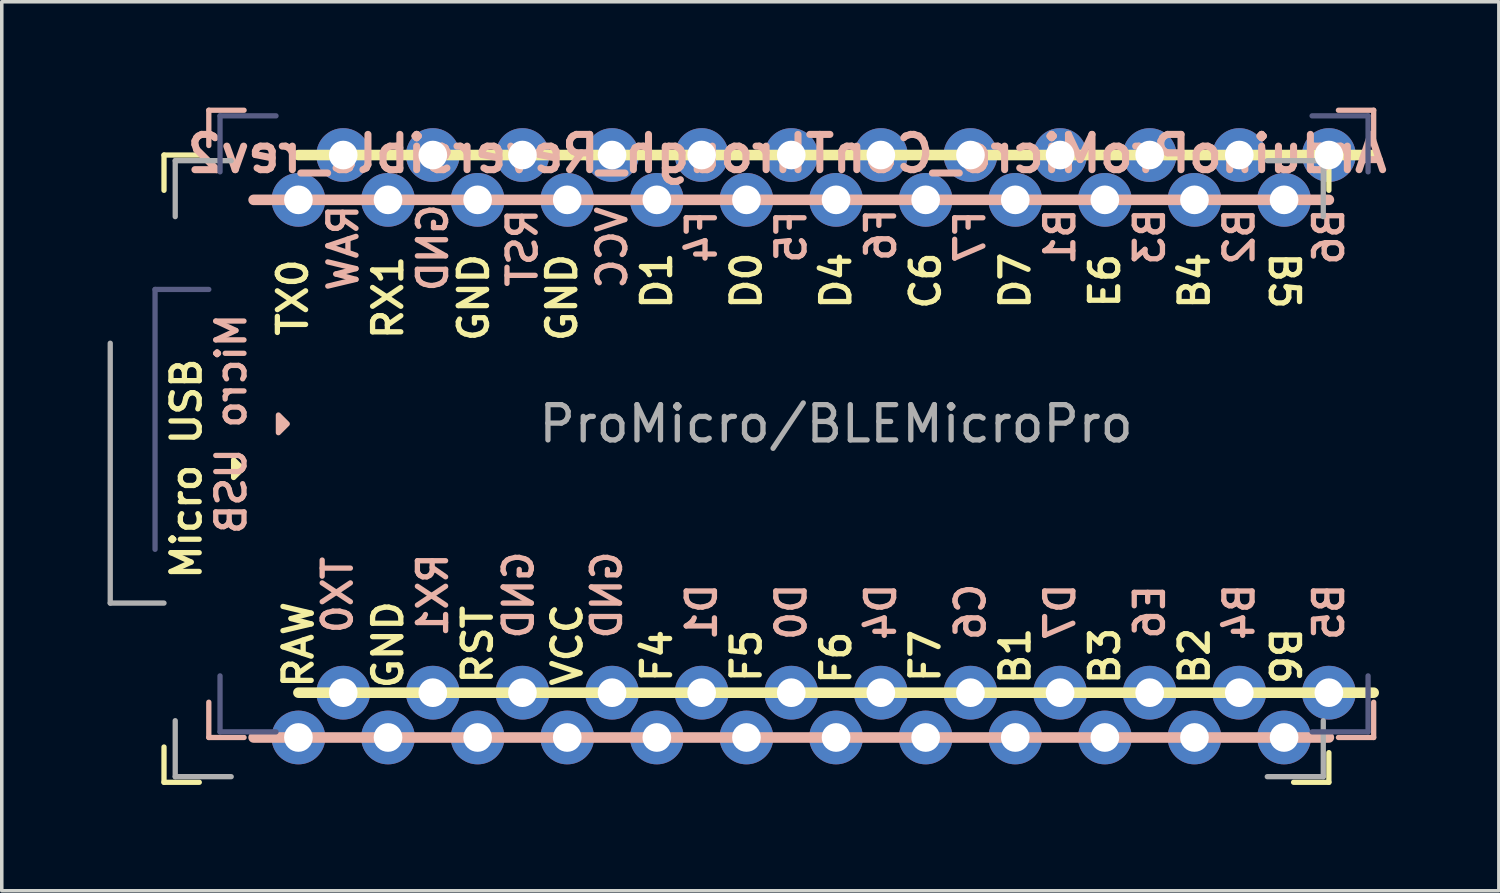
<source format=kicad_pcb>
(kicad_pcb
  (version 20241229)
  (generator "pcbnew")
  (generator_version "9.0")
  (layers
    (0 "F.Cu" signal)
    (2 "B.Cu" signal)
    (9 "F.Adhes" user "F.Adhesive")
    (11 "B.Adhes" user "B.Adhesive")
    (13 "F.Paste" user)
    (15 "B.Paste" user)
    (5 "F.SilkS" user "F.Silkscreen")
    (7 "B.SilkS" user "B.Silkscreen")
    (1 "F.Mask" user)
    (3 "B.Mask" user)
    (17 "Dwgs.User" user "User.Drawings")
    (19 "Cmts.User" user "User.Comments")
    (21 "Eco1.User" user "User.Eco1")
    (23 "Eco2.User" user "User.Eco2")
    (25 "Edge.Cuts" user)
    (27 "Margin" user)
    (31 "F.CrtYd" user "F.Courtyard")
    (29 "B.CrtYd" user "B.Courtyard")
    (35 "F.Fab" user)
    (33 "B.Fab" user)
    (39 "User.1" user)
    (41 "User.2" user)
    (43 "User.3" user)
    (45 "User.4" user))
  (footprint "ArduinoProMicro_ConThrough_Reversible_rev2"
    (layer "F.Cu")
    (at 19.379 10.235)
    (property "Reference" "ArduinoProMicro_ConThrough_Reversible_rev2" (at -0.118 -8.928 0) (layer "B.SilkS") (effects (font (size 1 1) (thickness 0.2)) (justify mirror)))
    (property "Value" "ProMicro/BLEMicroPro" (at 0 0 0) (layer "B.Fab") (hide yes) (effects (font (size 1 1) (thickness 0.15)) (justify mirror)))
    (fp_line (start -17.78 -8.89) (end -17.78 -7.89) (stroke (width 0.15) (type solid)) (layer "F.SilkS"))
    (fp_line (start -17.78 -8.89) (end -16.78 -8.89) (stroke (width 0.15) (type solid)) (layer "F.SilkS"))
    (fp_line (start -17.78 7.89) (end -17.78 8.89) (stroke (width 0.15) (type solid)) (layer "F.SilkS"))
    (fp_line (start -17.78 8.89) (end -16.78 8.89) (stroke (width 0.15) (type solid)) (layer "F.SilkS"))
    (fp_line (start -13.97 -8.89) (end 16.51 -8.89) (stroke (width 0.3) (type solid)) (layer "F.SilkS"))
    (fp_line (start -13.97 6.35) (end 16.51 6.35) (stroke (width 0.3) (type solid)) (layer "F.SilkS"))
    (fp_line (start 15.24 -8.89) (end 14.24 -8.89) (stroke (width 0.15) (type solid)) (layer "F.SilkS"))
    (fp_line (start 15.24 -8.89) (end 15.24 -7.89) (stroke (width 0.15) (type solid)) (layer "F.SilkS"))
    (fp_line (start 15.24 8.89) (end 14.24 8.89) (stroke (width 0.15) (type solid)) (layer "F.SilkS"))
    (fp_line (start 15.24 8.89) (end 15.24 8.049) (stroke (width 0.15) (type solid)) (layer "F.SilkS"))
    (fp_poly (pts (xy -15.807 -0.25) (xy -15.807 0.25) (xy -15.557 0)) (stroke (width 0.15) (type solid)) (fill yes) (layer "F.SilkS"))
    (fp_line (start -16.51 -10.16) (end -15.51 -10.16) (stroke (width 0.15) (type solid)) (layer "B.SilkS"))
    (fp_line (start -16.51 -9.16) (end -16.51 -10.16) (stroke (width 0.15) (type solid)) (layer "B.SilkS"))
    (fp_line (start -16.51 7.62) (end -16.51 6.62) (stroke (width 0.15) (type solid)) (layer "B.SilkS"))
    (fp_line (start -16.51 7.62) (end -15.51 7.62) (stroke (width 0.15) (type solid)) (layer "B.SilkS"))
    (fp_line (start 15.24 -7.62) (end -15.24 -7.62) (stroke (width 0.3) (type solid)) (layer "B.SilkS"))
    (fp_line (start 15.24 7.62) (end -15.24 7.62) (stroke (width 0.3) (type solid)) (layer "B.SilkS"))
    (fp_line (start 16.51 -10.16) (end 15.51 -10.16) (stroke (width 0.15) (type solid)) (layer "B.SilkS"))
    (fp_line (start 16.51 -10.16) (end 16.51 -9.319) (stroke (width 0.15) (type solid)) (layer "B.SilkS"))
    (fp_line (start 16.51 7.62) (end 15.51 7.62) (stroke (width 0.15) (type solid)) (layer "B.SilkS"))
    (fp_line (start 16.51 7.62) (end 16.51 6.62) (stroke (width 0.15) (type solid)) (layer "B.SilkS"))
    (fp_poly (pts (xy -14.537 -1.02) (xy -14.537 -1.52) (xy -14.287 -1.27)) (stroke (width 0.15) (type solid)) (fill yes) (layer "B.SilkS"))
    (fp_line (start -18.034 -5.08) (end -18.034 2.286) (stroke (width 0.15) (type solid)) (layer "B.Fab"))
    (fp_line (start -16.51 -5.08) (end -18.034 -5.08) (stroke (width 0.15) (type solid)) (layer "B.Fab"))
    (fp_line (start -16.192 -10.001) (end -14.605 -10.001) (stroke (width 0.15) (type solid)) (layer "B.Fab"))
    (fp_line (start -16.192 -8.414) (end -16.192 -10.001) (stroke (width 0.15) (type solid)) (layer "B.Fab"))
    (fp_line (start -16.192 7.461) (end -16.192 5.874) (stroke (width 0.15) (type solid)) (layer "B.Fab"))
    (fp_line (start -14.605 7.461) (end -16.192 7.461) (stroke (width 0.15) (type solid)) (layer "B.Fab"))
    (fp_line (start 16.351 -10.001) (end 14.764 -10.001) (stroke (width 0.15) (type solid)) (layer "B.Fab"))
    (fp_line (start 16.351 -8.414) (end 16.351 -10.001) (stroke (width 0.15) (type solid)) (layer "B.Fab"))
    (fp_line (start 16.351 5.874) (end 16.351 7.461) (stroke (width 0.15) (type solid)) (layer "B.Fab"))
    (fp_line (start 16.351 7.461) (end 14.764 7.461) (stroke (width 0.15) (type solid)) (layer "B.Fab"))
    (fp_line (start -19.304 3.81) (end -19.304 -3.556) (stroke (width 0.15) (type solid)) (layer "F.Fab"))
    (fp_line (start -17.78 3.81) (end -19.304 3.81) (stroke (width 0.15) (type solid)) (layer "F.Fab"))
    (fp_line (start -17.462 -8.731) (end -17.462 -7.144) (stroke (width 0.15) (type solid)) (layer "F.Fab"))
    (fp_line (start -17.462 7.144) (end -17.462 8.731) (stroke (width 0.15) (type solid)) (layer "F.Fab"))
    (fp_line (start -17.462 8.731) (end -15.875 8.731) (stroke (width 0.15) (type solid)) (layer "F.Fab"))
    (fp_line (start -15.875 -8.731) (end -17.462 -8.731) (stroke (width 0.15) (type solid)) (layer "F.Fab"))
    (fp_line (start 15.081 -8.731) (end 13.494 -8.731) (stroke (width 0.15) (type solid)) (layer "F.Fab"))
    (fp_line (start 15.081 -7.144) (end 15.081 -8.731) (stroke (width 0.15) (type solid)) (layer "F.Fab"))
    (fp_line (start 15.081 7.144) (end 15.081 8.731) (stroke (width 0.15) (type solid)) (layer "F.Fab"))
    (fp_line (start 15.081 8.731) (end 13.494 8.731) (stroke (width 0.15) (type solid)) (layer "F.Fab"))
    (fp_text user "B1" (at 6.35 5.309 90) (unlocked yes) (layer "F.SilkS") (effects (font (size 0.8 0.8) (thickness 0.15))))
    (fp_text user "Micro USB" (at -17.145 0 90) (unlocked yes) (layer "F.SilkS") (effects (font (size 0.8 0.8) (thickness 0.15))))
    (fp_text user "B2" (at 11.43 5.309 90) (unlocked yes) (layer "F.SilkS") (effects (font (size 0.8 0.8) (thickness 0.15))))
    (fp_text user "GND" (at -9 -4.851 90) (unlocked yes) (layer "F.SilkS") (effects (font (size 0.8 0.8) (thickness 0.15))))
    (fp_text user "F6" (at 1.27 5.36 90) (unlocked yes) (layer "F.SilkS") (effects (font (size 0.8 0.8) (thickness 0.15))))
    (fp_text user "RX1" (at -11.43 -4.851 90) (unlocked yes) (layer "F.SilkS") (effects (font (size 0.8 0.8) (thickness 0.15))))
    (fp_text user "B3" (at 8.89 5.309 90) (unlocked yes) (layer "F.SilkS") (effects (font (size 0.8 0.8) (thickness 0.15))))
    (fp_text user "TX0" (at -14.129 -4.851 90) (unlocked yes) (layer "F.SilkS") (effects (font (size 0.8 0.8) (thickness 0.15))))
    (fp_text user "RST" (at -8.89 4.991 90) (unlocked yes) (layer "F.SilkS") (effects (font (size 0.8 0.8) (thickness 0.15))))
    (fp_text user "B4" (at 11.43 -5.328 90) (unlocked yes) (layer "F.SilkS") (effects (font (size 0.8 0.8) (thickness 0.15))))
    (fp_text user "D1" (at -3.81 -5.328 90) (unlocked yes) (layer "F.SilkS") (effects (font (size 0.8 0.8) (thickness 0.15))))
    (fp_text user "B5" (at 13.97 -5.328 270) (unlocked yes) (layer "F.SilkS") (effects (font (size 0.8 0.8) (thickness 0.15))))
    (fp_text user "GND" (at -11.43 4.991 90) (unlocked yes) (layer "F.SilkS") (effects (font (size 0.8 0.8) (thickness 0.15))))
    (fp_text user "F5" (at -1.27 5.309 90) (unlocked yes) (layer "F.SilkS") (effects (font (size 0.8 0.8) (thickness 0.15))))
    (fp_text user "F7" (at 3.8 5.309 90) (unlocked yes) (layer "F.SilkS") (effects (font (size 0.8 0.8) (thickness 0.15))))
    (fp_text user "D4" (at 1.27 -5.328 90) (unlocked yes) (layer "F.SilkS") (effects (font (size 0.8 0.8) (thickness 0.15))))
    (fp_text user "GND" (at -6.5 -4.851 90) (unlocked yes) (layer "F.SilkS") (effects (font (size 0.8 0.8) (thickness 0.15))))
    (fp_text user "B6" (at 13.97 5.309 270) (unlocked yes) (layer "F.SilkS") (effects (font (size 0.8 0.8) (thickness 0.15))))
    (fp_text user "VCC" (at -6.35 4.991 90) (unlocked yes) (layer "F.SilkS") (effects (font (size 0.8 0.8) (thickness 0.15))))
    (fp_text user "RAW" (at -13.97 4.991 90) (unlocked yes) (layer "F.SilkS") (effects (font (size 0.8 0.8) (thickness 0.15))))
    (fp_text user "D7" (at 6.35 -5.328 90) (unlocked yes) (layer "F.SilkS") (effects (font (size 0.8 0.8) (thickness 0.15))))
    (fp_text user "D0" (at -1.27 -5.328 90) (unlocked yes) (layer "F.SilkS") (effects (font (size 0.8 0.8) (thickness 0.15))))
    (fp_text user "F4" (at -3.81 5.309 90) (unlocked yes) (layer "F.SilkS") (effects (font (size 0.8 0.8) (thickness 0.15))))
    (fp_text user "E6" (at 8.89 -5.328 90) (unlocked yes) (layer "F.SilkS") (effects (font (size 0.8 0.8) (thickness 0.15))))
    (fp_text user "C6" (at 3.81 -5.328 90) (unlocked yes) (layer "F.SilkS") (effects (font (size 0.8 0.8) (thickness 0.15))))
    (fp_text user "F5" (at 0 -6.579 90) (unlocked yes) (layer "B.SilkS") (effects (font (size 0.8 0.8) (thickness 0.15)) (justify mirror)))
    (fp_text user "B1" (at 7.62 -6.579 90) (unlocked yes) (layer "B.SilkS") (effects (font (size 0.8 0.8) (thickness 0.15)) (justify mirror)))
    (fp_text user "C6" (at 5.08 4.058 90) (unlocked yes) (layer "B.SilkS") (effects (font (size 0.8 0.8) (thickness 0.15)) (justify mirror)))
    (fp_text user "RX1" (at -10.16 3.581 90) (unlocked yes) (layer "B.SilkS") (effects (font (size 0.8 0.8) (thickness 0.15)) (justify mirror)))
    (fp_text user "B5" (at 15.24 4.058 90) (unlocked yes) (layer "B.SilkS") (effects (font (size 0.8 0.8) (thickness 0.15)) (justify mirror)))
    (fp_text user "VCC" (at -5.08 -6.261 90) (unlocked yes) (layer "B.SilkS") (effects (font (size 0.8 0.8) (thickness 0.15)) (justify mirror)))
    (fp_text user "GND" (at -5.23 3.581 90) (unlocked yes) (layer "B.SilkS") (effects (font (size 0.8 0.8) (thickness 0.15)) (justify mirror)))
    (fp_text user "E6" (at 10.16 4.058 90) (unlocked yes) (layer "B.SilkS") (effects (font (size 0.8 0.8) (thickness 0.15)) (justify mirror)))
    (fp_text user "RST" (at -7.62 -6.261 90) (unlocked yes) (layer "B.SilkS") (effects (font (size 0.8 0.8) (thickness 0.15)) (justify mirror)))
    (fp_text user "D7" (at 7.62 4.058 90) (unlocked yes) (layer "B.SilkS") (effects (font (size 0.8 0.8) (thickness 0.15)) (justify mirror)))
    (fp_text user "F7" (at 5.07 -6.579 90) (unlocked yes) (layer "B.SilkS") (effects (font (size 0.8 0.8) (thickness 0.15)) (justify mirror)))
    (fp_text user "B2" (at 12.7 -6.579 90) (unlocked yes) (layer "B.SilkS") (effects (font (size 0.8 0.8) (thickness 0.15)) (justify mirror)))
    (fp_text user "F4" (at -2.54 -6.579 90) (unlocked yes) (layer "B.SilkS") (effects (font (size 0.8 0.8) (thickness 0.15)) (justify mirror)))
    (fp_text user "B6" (at 15.24 -6.579 90) (unlocked yes) (layer "B.SilkS") (effects (font (size 0.8 0.8) (thickness 0.15)) (justify mirror)))
    (fp_text user "B4" (at 12.7 4.058 90) (unlocked yes) (layer "B.SilkS") (effects (font (size 0.8 0.8) (thickness 0.15)) (justify mirror)))
    (fp_text user "D0" (at 0 4.058 90) (unlocked yes) (layer "B.SilkS") (effects (font (size 0.8 0.8) (thickness 0.15)) (justify mirror)))
    (fp_text user "TX0" (at -12.859 3.581 90) (unlocked yes) (layer "B.SilkS") (effects (font (size 0.8 0.8) (thickness 0.15)) (justify mirror)))
    (fp_text user "Micro USB" (at -15.875 -1.27 90) (unlocked yes) (layer "B.SilkS") (effects (font (size 0.8 0.8) (thickness 0.15)) (justify mirror)))
    (fp_text user "D4" (at 2.54 4.058 90) (unlocked yes) (layer "B.SilkS") (effects (font (size 0.8 0.8) (thickness 0.15)) (justify mirror)))
    (fp_text user "GND" (at -10.16 -6.261 90) (unlocked yes) (layer "B.SilkS") (effects (font (size 0.8 0.8) (thickness 0.15)) (justify mirror)))
    (fp_text user "F6" (at 2.54 -6.63 90) (unlocked yes) (layer "B.SilkS") (effects (font (size 0.8 0.8) (thickness 0.15)) (justify mirror)))
    (fp_text user "B3" (at 10.16 -6.579 90) (unlocked yes) (layer "B.SilkS") (effects (font (size 0.8 0.8) (thickness 0.15)) (justify mirror)))
    (fp_text user "RAW" (at -12.7 -6.261 90) (unlocked yes) (layer "B.SilkS") (effects (font (size 0.8 0.8) (thickness 0.15)) (justify mirror)))
    (fp_text user "GND" (at -7.73 3.581 90) (unlocked yes) (layer "B.SilkS") (effects (font (size 0.8 0.8) (thickness 0.15)) (justify mirror)))
    (fp_text user "D1" (at -2.54 4.058 90) (unlocked yes) (layer "B.SilkS") (effects (font (size 0.8 0.8) (thickness 0.15)) (justify mirror)))
    (fp_text user "${VALUE}" (at 1.27 -1.27 180) (layer "F.Fab") (effects (font (size 1 1) (thickness 0.15))))
    (pad "1" thru_hole circle (at -13.97 -7.62) (size 1.524 1.524) (drill 0.813) (layers "*.Cu" "*.Mask"))
    (pad "1" thru_hole circle (at -12.7 6.35 180) (size 1.524 1.524) (drill 0.813) (layers "*.Cu" "*.Mask"))
    (pad "2" thru_hole circle (at -11.43 -7.62) (size 1.524 1.524) (drill 0.813) (layers "*.Cu" "*.Mask"))
    (pad "2" thru_hole circle (at -10.16 6.35 180) (size 1.524 1.524) (drill 0.813) (layers "*.Cu" "*.Mask"))
    (pad "3" thru_hole circle (at -8.89 -7.62) (size 1.524 1.524) (drill 0.813) (layers "*.Cu" "*.Mask"))
    (pad "3" thru_hole circle (at -7.62 6.35 180) (size 1.524 1.524) (drill 0.813) (layers "*.Cu" "*.Mask"))
    (pad "4" thru_hole circle (at -6.35 -7.62) (size 1.524 1.524) (drill 0.813) (layers "*.Cu" "*.Mask"))
    (pad "4" thru_hole circle (at -5.08 6.35 180) (size 1.524 1.524) (drill 0.813) (layers "*.Cu" "*.Mask"))
    (pad "5" thru_hole circle (at -3.81 -7.62) (size 1.524 1.524) (drill 0.813) (layers "*.Cu" "*.Mask"))
    (pad "5" thru_hole circle (at -2.54 6.35 180) (size 1.524 1.524) (drill 0.813) (layers "*.Cu" "*.Mask"))
    (pad "6" thru_hole circle (at -1.27 -7.62) (size 1.524 1.524) (drill 0.813) (layers "*.Cu" "*.Mask"))
    (pad "6" thru_hole circle (at 0 6.35 180) (size 1.524 1.524) (drill 0.813) (layers "*.Cu" "*.Mask"))
    (pad "7" thru_hole circle (at 1.27 -7.62) (size 1.524 1.524) (drill 0.813) (layers "*.Cu" "*.Mask"))
    (pad "7" thru_hole circle (at 2.54 6.35 180) (size 1.524 1.524) (drill 0.813) (layers "*.Cu" "*.Mask"))
    (pad "8" thru_hole circle (at 3.81 -7.62) (size 1.524 1.524) (drill 0.813) (layers "*.Cu" "*.Mask"))
    (pad "8" thru_hole circle (at 5.08 6.35 180) (size 1.524 1.524) (drill 0.813) (layers "*.Cu" "*.Mask"))
    (pad "9" thru_hole circle (at 6.35 -7.62) (size 1.524 1.524) (drill 0.813) (layers "*.Cu" "*.Mask"))
    (pad "9" thru_hole circle (at 7.62 6.35 180) (size 1.524 1.524) (drill 0.813) (layers "*.Cu" "*.Mask"))
    (pad "10" thru_hole circle (at 8.89 -7.62) (size 1.524 1.524) (drill 0.813) (layers "*.Cu" "*.Mask"))
    (pad "10" thru_hole circle (at 10.16 6.35 180) (size 1.524 1.524) (drill 0.813) (layers "*.Cu" "*.Mask"))
    (pad "11" thru_hole circle (at 11.43 -7.62) (size 1.524 1.524) (drill 0.813) (layers "*.Cu" "*.Mask"))
    (pad "11" thru_hole circle (at 12.7 6.35 180) (size 1.524 1.524) (drill 0.813) (layers "*.Cu" "*.Mask"))
    (pad "12" thru_hole circle (at 13.97 -7.62) (size 1.524 1.524) (drill 0.813) (layers "*.Cu" "*.Mask"))
    (pad "12" thru_hole circle (at 15.24 6.35 180) (size 1.524 1.524) (drill 0.813) (layers "*.Cu" "*.Mask"))
    (pad "13" thru_hole circle (at 13.97 7.62) (size 1.524 1.524) (drill 0.813) (layers "*.Cu" "*.Mask"))
    (pad "13" thru_hole circle (at 15.24 -8.89 180) (size 1.524 1.524) (drill 0.813) (layers "*.Cu" "*.Mask"))
    (pad "14" thru_hole circle (at 11.43 7.62) (size 1.524 1.524) (drill 0.813) (layers "*.Cu" "*.Mask"))
    (pad "14" thru_hole circle (at 12.7 -8.89 180) (size 1.524 1.524) (drill 0.813) (layers "*.Cu" "*.Mask"))
    (pad "15" thru_hole circle (at 8.89 7.62) (size 1.524 1.524) (drill 0.813) (layers "*.Cu" "*.Mask"))
    (pad "15" thru_hole circle (at 10.16 -8.89 180) (size 1.524 1.524) (drill 0.813) (layers "*.Cu" "*.Mask"))
    (pad "16" thru_hole circle (at 6.35 7.62) (size 1.524 1.524) (drill 0.813) (layers "*.Cu" "*.Mask"))
    (pad "16" thru_hole circle (at 7.62 -8.89 180) (size 1.524 1.524) (drill 0.813) (layers "*.Cu" "*.Mask"))
    (pad "17" thru_hole circle (at 3.81 7.62) (size 1.524 1.524) (drill 0.813) (layers "*.Cu" "*.Mask"))
    (pad "17" thru_hole circle (at 5.08 -8.89 180) (size 1.524 1.524) (drill 0.813) (layers "*.Cu" "*.Mask"))
    (pad "18" thru_hole circle (at 1.27 7.62) (size 1.524 1.524) (drill 0.813) (layers "*.Cu" "*.Mask"))
    (pad "18" thru_hole circle (at 2.54 -8.89 180) (size 1.524 1.524) (drill 0.813) (layers "*.Cu" "*.Mask"))
    (pad "19" thru_hole circle (at -1.27 7.62) (size 1.524 1.524) (drill 0.813) (layers "*.Cu" "*.Mask"))
    (pad "19" thru_hole circle (at 0 -8.89 180) (size 1.524 1.524) (drill 0.813) (layers "*.Cu" "*.Mask"))
    (pad "20" thru_hole circle (at -3.81 7.62) (size 1.524 1.524) (drill 0.813) (layers "*.Cu" "*.Mask"))
    (pad "20" thru_hole circle (at -2.54 -8.89 180) (size 1.524 1.524) (drill 0.813) (layers "*.Cu" "*.Mask"))
    (pad "21" thru_hole circle (at -6.35 7.62) (size 1.524 1.524) (drill 0.813) (layers "*.Cu" "*.Mask"))
    (pad "21" thru_hole circle (at -5.08 -8.89 180) (size 1.524 1.524) (drill 0.813) (layers "*.Cu" "*.Mask"))
    (pad "22" thru_hole circle (at -8.89 7.62) (size 1.524 1.524) (drill 0.813) (layers "*.Cu" "*.Mask"))
    (pad "22" thru_hole circle (at -7.62 -8.89 180) (size 1.524 1.524) (drill 0.813) (layers "*.Cu" "*.Mask"))
    (pad "23" thru_hole circle (at -11.43 7.62) (size 1.524 1.524) (drill 0.813) (layers "*.Cu" "*.Mask"))
    (pad "23" thru_hole circle (at -10.16 -8.89 180) (size 1.524 1.524) (drill 0.813) (layers "*.Cu" "*.Mask"))
    (pad "24" thru_hole circle (at -13.97 7.62) (size 1.524 1.524) (drill 0.813) (layers "*.Cu" "*.Mask"))
    (pad "24" thru_hole circle (at -12.7 -8.89 180) (size 1.524 1.524) (drill 0.813) (layers "*.Cu" "*.Mask")))
  (gr_rect
    (start -3 -3)
    (end 39.437 22.2)
    (stroke (width 0.1) (type default))
    (fill no)
    (layer "Edge.Cuts")))
</source>
